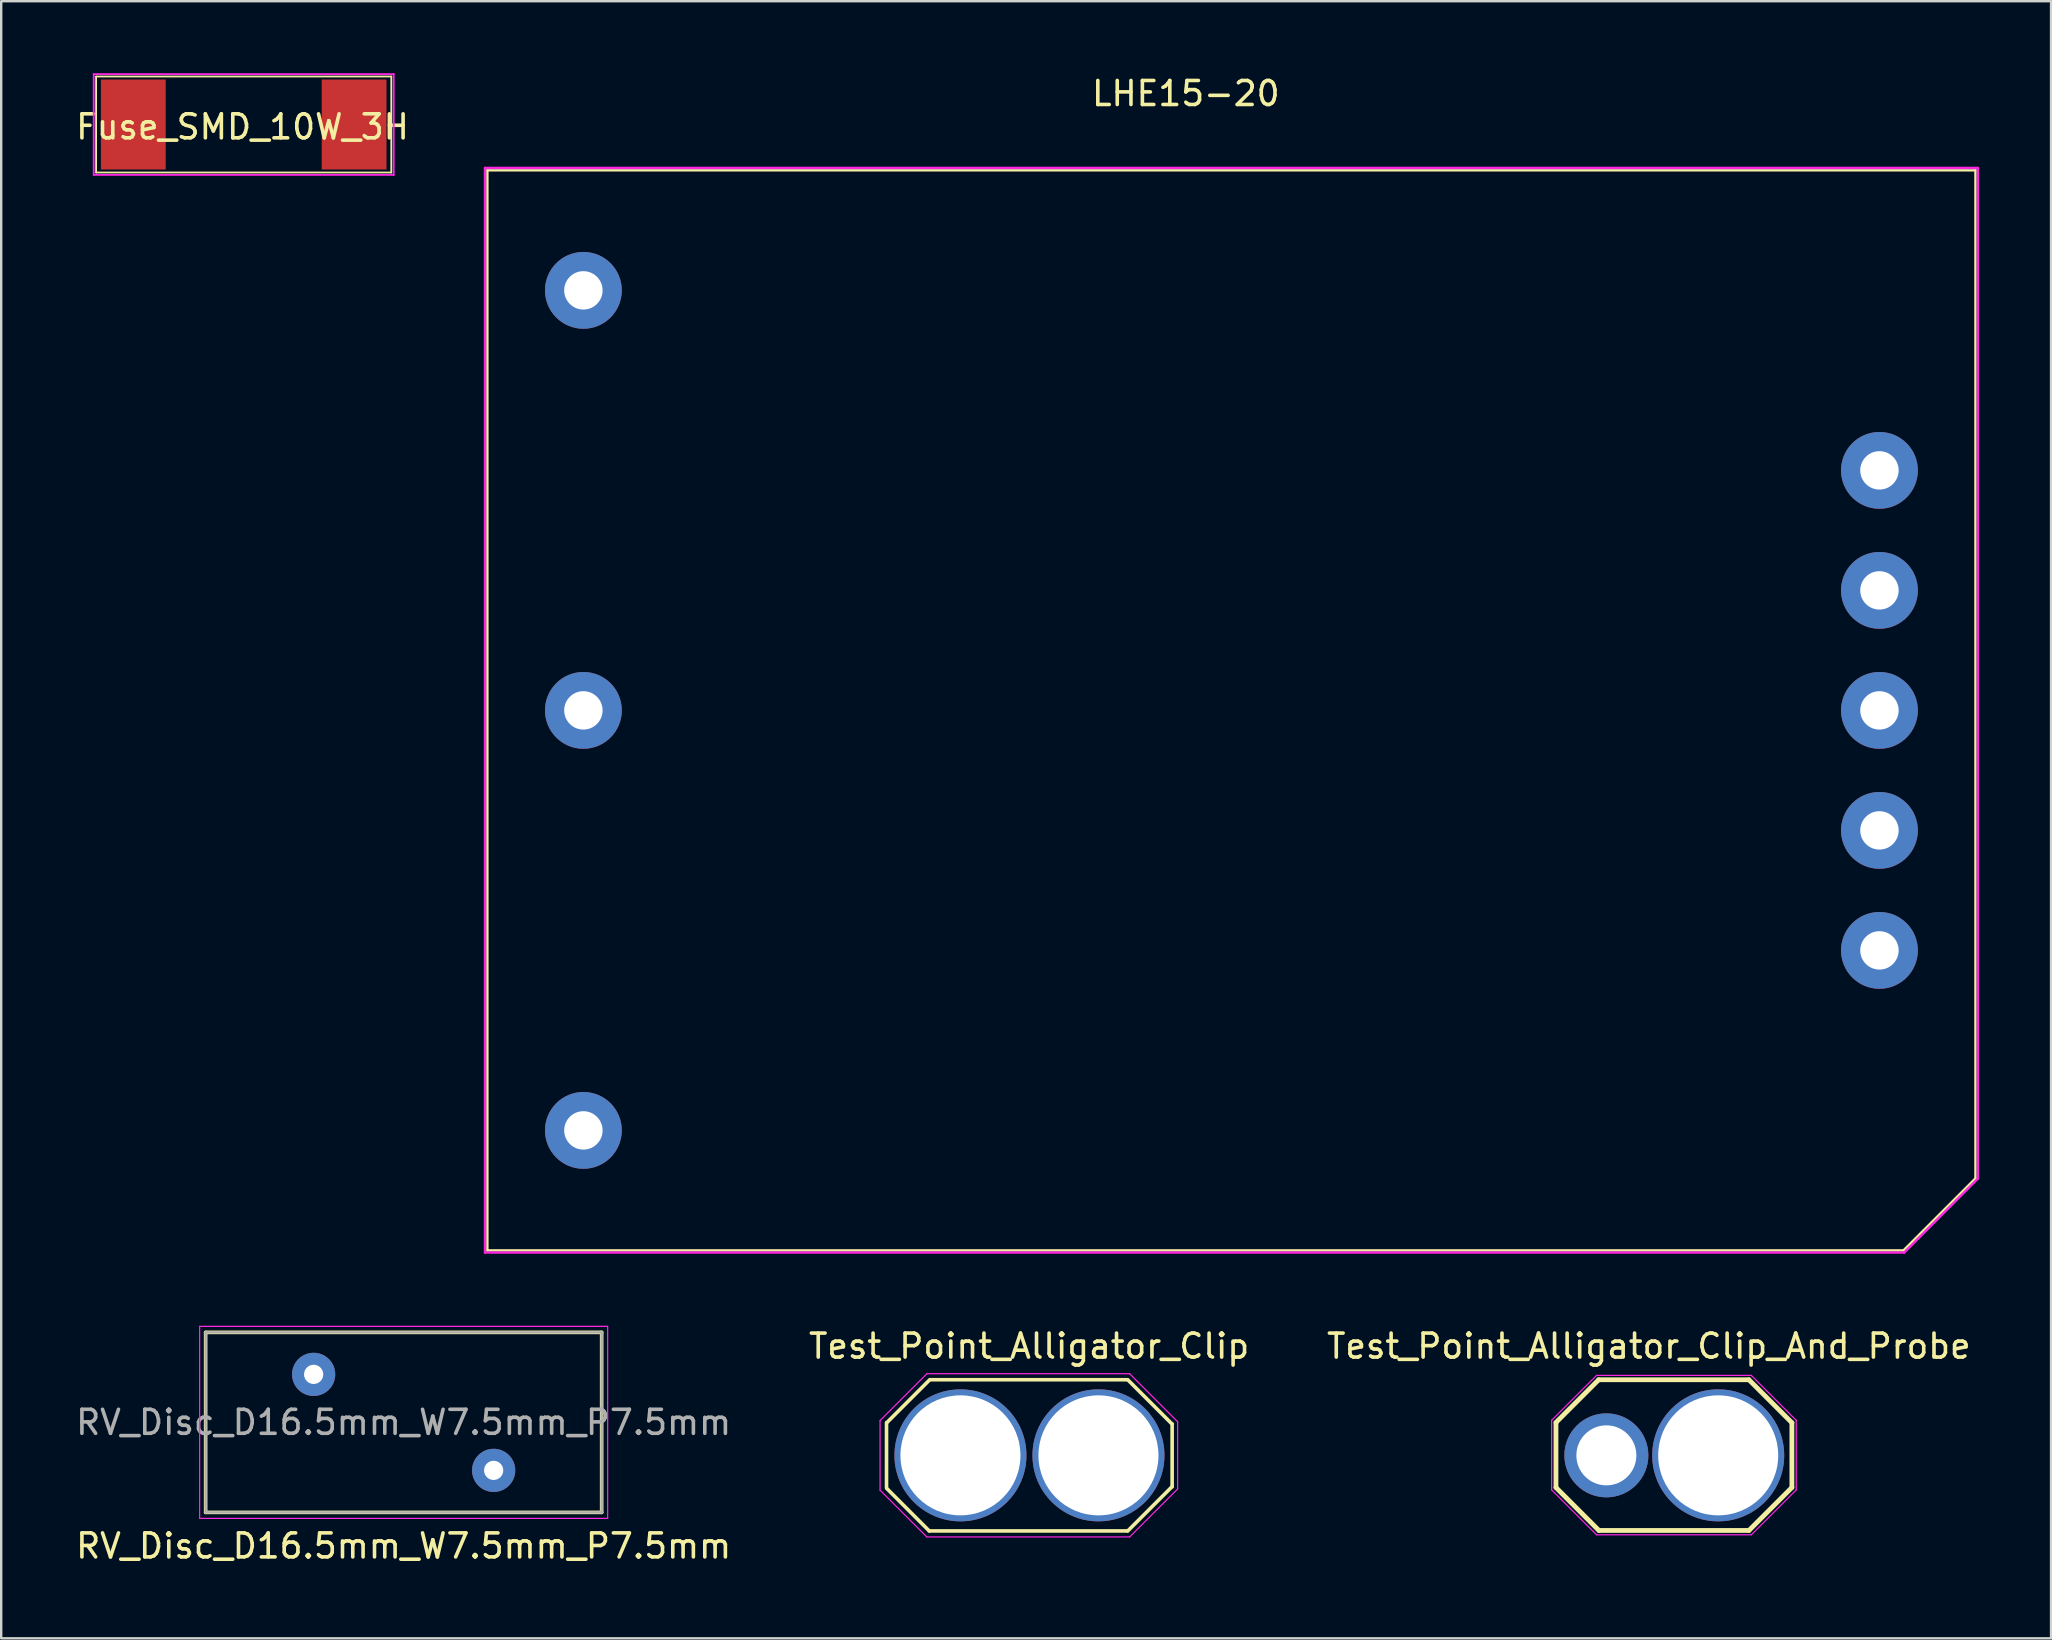
<source format=kicad_pcb>
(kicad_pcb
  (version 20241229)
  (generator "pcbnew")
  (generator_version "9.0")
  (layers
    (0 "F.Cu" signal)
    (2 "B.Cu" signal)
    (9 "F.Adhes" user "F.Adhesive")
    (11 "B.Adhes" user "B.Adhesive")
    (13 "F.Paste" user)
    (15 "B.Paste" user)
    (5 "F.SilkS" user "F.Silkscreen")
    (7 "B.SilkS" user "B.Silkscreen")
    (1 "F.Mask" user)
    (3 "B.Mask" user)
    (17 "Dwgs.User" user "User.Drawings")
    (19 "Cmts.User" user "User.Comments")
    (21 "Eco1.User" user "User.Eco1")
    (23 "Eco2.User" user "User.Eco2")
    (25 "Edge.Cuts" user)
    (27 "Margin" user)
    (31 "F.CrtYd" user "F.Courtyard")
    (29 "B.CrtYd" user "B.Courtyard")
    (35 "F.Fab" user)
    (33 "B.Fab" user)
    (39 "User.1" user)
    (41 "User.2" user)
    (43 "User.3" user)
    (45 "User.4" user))
  (footprint "Fuse_SMD_10W_3H"
    (layer "F.Cu")
    (at 7.104 2.138)
    (property "Reference" "Fuse_SMD_10W_3H" (at -0.05 0.1 0) (layer "F.SilkS") (effects (font (size 1 1) (thickness 0.15))))
    (attr through_hole)
    (fp_line (start -6.15 -2) (end 6.15 -2) (stroke (width 0.075) (type solid)) (layer "F.SilkS"))
    (fp_line (start -6.15 2) (end -6.15 -2) (stroke (width 0.075) (type solid)) (layer "F.SilkS"))
    (fp_line (start -6.15 2) (end 6.15 2) (stroke (width 0.075) (type solid)) (layer "F.SilkS"))
    (fp_line (start 6.15 -2) (end 6.15 2) (stroke (width 0.075) (type solid)) (layer "F.SilkS"))
    (fp_line (start -6.25 -2.1) (end 6.25 -2.1) (stroke (width 0.075) (type solid)) (layer "F.CrtYd"))
    (fp_line (start -6.25 2.1) (end -6.25 -2.1) (stroke (width 0.075) (type solid)) (layer "F.CrtYd"))
    (fp_line (start -6.25 2.1) (end 6.25 2.1) (stroke (width 0.075) (type solid)) (layer "F.CrtYd"))
    (fp_line (start 6.25 -2.1) (end 6.25 2.1) (stroke (width 0.075) (type solid)) (layer "F.CrtYd"))
    (pad "1" smd rect (at -4.6 0) (size 2.7 3.75) (layers "F.Cu" "F.Mask" "F.Paste"))
    (pad "2" smd rect (at 4.6 0) (size 2.7 3.75) (layers "F.Cu" "F.Mask" "F.Paste")))
  (footprint "LHE15-20"
    (layer "F.Cu")
    (at 48.257 26.548)
    (property "Reference" "LHE15-20" (at -1.9 -25.7 0) (layer "F.SilkS") (effects (font (size 1 1) (thickness 0.15))))
    (attr through_hole)
    (fp_line (start -31 -22.5) (end -31 22.5) (stroke (width 0.1) (type solid)) (layer "F.SilkS"))
    (fp_line (start -31 -22.5) (end 31 -22.5) (stroke (width 0.1) (type solid)) (layer "F.SilkS"))
    (fp_line (start -31 22.5) (end 28 22.5) (stroke (width 0.1) (type solid)) (layer "F.SilkS"))
    (fp_line (start 28 22.5) (end 31 19.5) (stroke (width 0.1) (type solid)) (layer "F.SilkS"))
    (fp_line (start 31 19.5) (end 31 -22.5) (stroke (width 0.1) (type solid)) (layer "F.SilkS"))
    (fp_line (start -31.1 -22.6) (end -31.1 22.59) (stroke (width 0.1) (type solid)) (layer "F.CrtYd"))
    (fp_line (start -31.1 -22.6) (end 31.1 -22.6) (stroke (width 0.1) (type solid)) (layer "F.CrtYd"))
    (fp_line (start 28.03 22.59) (end -31.1 22.59) (stroke (width 0.1) (type solid)) (layer "F.CrtYd"))
    (fp_line (start 31.1 19.51) (end 28.03 22.59) (stroke (width 0.1) (type solid)) (layer "F.CrtYd"))
    (fp_line (start 31.1 19.51) (end 31.1 -22.6) (stroke (width 0.1) (type solid)) (layer "F.CrtYd"))
    (pad "1" thru_hole circle (at -27 -17.5) (size 3.2 3.2) (drill 1.6) (layers "*.Cu" "*.Mask"))
    (pad "2" thru_hole circle (at -27 0) (size 3.2 3.2) (drill 1.6) (layers "*.Cu" "*.Mask"))
    (pad "3" thru_hole circle (at -27 17.5) (size 3.2 3.2) (drill 1.6) (layers "*.Cu" "*.Mask"))
    (pad "4" thru_hole circle (at 27 10) (size 3.2 3.2) (drill 1.6) (layers "*.Cu" "*.Mask"))
    (pad "5" thru_hole circle (at 27 5) (size 3.2 3.2) (drill 1.6) (layers "*.Cu" "*.Mask"))
    (pad "6" thru_hole circle (at 27 0) (size 3.2 3.2) (drill 1.6) (layers "*.Cu" "*.Mask"))
    (pad "7" thru_hole circle (at 27 -5) (size 3.2 3.2) (drill 1.6) (layers "*.Cu" "*.Mask"))
    (pad "8" thru_hole circle (at 27 -10) (size 3.2 3.2) (drill 1.6) (layers "*.Cu" "*.Mask")))
  (footprint "Test_Point_Alligator_Clip_And_Probe"
    (layer "F.Cu")
    (at 65.659 57.577)
    (property "Reference" "Test_Point_Alligator_Clip_And_Probe" (at -0.01 -4.54 0) (layer "F.SilkS") (effects (font (size 1 1) (thickness 0.15))))
    (attr through_hole)
    (fp_line (start -3.88 -1.36) (end -2.1 -3.14) (stroke (width 0.2) (type solid)) (layer "F.SilkS"))
    (fp_line (start -3.88 1.35) (end -3.88 -1.35) (stroke (width 0.2) (type solid)) (layer "F.SilkS"))
    (fp_line (start -2.1 -3.14) (end 4.16 -3.14) (stroke (width 0.2) (type solid)) (layer "F.SilkS"))
    (fp_line (start -2.09 3.14) (end -3.88 1.35) (stroke (width 0.2) (type solid)) (layer "F.SilkS"))
    (fp_line (start 4.16 -3.14) (end 5.95 -1.35) (stroke (width 0.2) (type solid)) (layer "F.SilkS"))
    (fp_line (start 4.16 3.14) (end -2.09 3.14) (stroke (width 0.2) (type solid)) (layer "F.SilkS"))
    (fp_line (start 5.95 -1.35) (end 5.95 1.35) (stroke (width 0.2) (type solid)) (layer "F.SilkS"))
    (fp_line (start 5.95 1.35) (end 4.16 3.14) (stroke (width 0.2) (type solid)) (layer "F.SilkS"))
    (fp_line (start -4.06 -1.45) (end -4.06 1.45) (stroke (width 0.05) (type solid)) (layer "F.CrtYd"))
    (fp_line (start -4.06 1.45) (end -2.19 3.32) (stroke (width 0.05) (type solid)) (layer "F.CrtYd"))
    (fp_line (start -2.19 -3.32) (end -4.06 -1.45) (stroke (width 0.05) (type solid)) (layer "F.CrtYd"))
    (fp_line (start -2.19 3.32) (end 4.26 3.32) (stroke (width 0.05) (type solid)) (layer "F.CrtYd"))
    (fp_line (start 4.26 -3.32) (end -2.19 -3.32) (stroke (width 0.05) (type solid)) (layer "F.CrtYd"))
    (fp_line (start 4.26 3.32) (end 6.13 1.45) (stroke (width 0.05) (type solid)) (layer "F.CrtYd"))
    (fp_line (start 6.13 -1.45) (end 4.26 -3.32) (stroke (width 0.05) (type solid)) (layer "F.CrtYd"))
    (fp_line (start 6.13 1.45) (end 6.13 -1.45) (stroke (width 0.05) (type solid)) (layer "F.CrtYd"))
    (pad "1" thru_hole circle (at -1.78 0.01) (size 3.5 3.5) (drill 2.5) (layers "*.Cu" "*.Mask"))
    (pad "1" thru_hole circle (at 2.88 0.01) (size 5.5 5.5) (drill 5) (layers "*.Cu" "*.Mask")))
  (footprint "RV_Disc_D16.5mm_W7.5mm_P7.5mm"
    (layer "F.Cu")
    (at 13.768 56.213)
    (property "Reference" "RV_Disc_D16.5mm_W7.5mm_P7.5mm" (at 0 5.15 0) (layer "F.SilkS") (effects (font (size 1 1) (thickness 0.15))))
    (attr through_hole)
    (fp_line (start -8.25 -3.75) (end -8.25 3.75) (stroke (width 0.15) (type solid)) (layer "F.SilkS"))
    (fp_line (start -8.25 -3.75) (end 8.25 -3.75) (stroke (width 0.15) (type solid)) (layer "F.SilkS"))
    (fp_line (start -8.25 3.75) (end 8.25 3.75) (stroke (width 0.15) (type solid)) (layer "F.SilkS"))
    (fp_line (start 8.25 -3.75) (end 8.25 3.75) (stroke (width 0.15) (type solid)) (layer "F.SilkS"))
    (fp_line (start -8.5 -4) (end -8.5 4) (stroke (width 0.05) (type solid)) (layer "F.CrtYd"))
    (fp_line (start -8.5 -4) (end 8.5 -4) (stroke (width 0.05) (type solid)) (layer "F.CrtYd"))
    (fp_line (start -8.5 4) (end 8.5 4) (stroke (width 0.05) (type solid)) (layer "F.CrtYd"))
    (fp_line (start 8.5 -4) (end 8.5 4) (stroke (width 0.05) (type solid)) (layer "F.CrtYd"))
    (fp_line (start -8.25 -3.75) (end -8.25 3.75) (stroke (width 0.1) (type solid)) (layer "F.Fab"))
    (fp_line (start -8.25 -3.75) (end 8.25 -3.75) (stroke (width 0.1) (type solid)) (layer "F.Fab"))
    (fp_line (start -8.25 3.75) (end 8.25 3.75) (stroke (width 0.1) (type solid)) (layer "F.Fab"))
    (fp_line (start 8.25 -3.75) (end 8.25 3.75) (stroke (width 0.1) (type solid)) (layer "F.Fab"))
    (fp_text user "${REFERENCE}" (at 0 0 0) (layer "F.Fab") (effects (font (size 1 1) (thickness 0.15))))
    (pad "1" thru_hole circle (at -3.75 -2) (size 1.8 1.8) (drill 0.8) (layers "*.Cu" "*.Mask"))
    (pad "2" thru_hole circle (at 3.75 2) (size 1.8 1.8) (drill 0.8) (layers "*.Cu" "*.Mask")))
  (footprint "Test_Point_Alligator_Clip"
    (layer "F.Cu")
    (at 39.837 57.577)
    (property "Reference" "Test_Point_Alligator_Clip" (at -0.01 -4.54 0) (layer "F.SilkS") (effects (font (size 1 1) (thickness 0.15))))
    (attr through_hole)
    (fp_line (start -5.95 1.37) (end -5.95 -1.35) (stroke (width 0.15) (type solid)) (layer "F.SilkS"))
    (fp_line (start -5.935 -1.355) (end -4.15 -3.14) (stroke (width 0.15) (type solid)) (layer "F.SilkS"))
    (fp_line (start -4.17 3.16) (end -5.923 1.407) (stroke (width 0.15) (type solid)) (layer "F.SilkS"))
    (fp_line (start -4.12 -3.14) (end 4.082 -3.14) (stroke (width 0.15) (type solid)) (layer "F.SilkS"))
    (fp_line (start 4.08 3.16) (end -4.17 3.16) (stroke (width 0.15) (type solid)) (layer "F.SilkS"))
    (fp_line (start 4.1 -3.14) (end 5.946 -1.294) (stroke (width 0.15) (type solid)) (layer "F.SilkS"))
    (fp_line (start 5.943 1.317) (end 4.1 3.16) (stroke (width 0.15) (type solid)) (layer "F.SilkS"))
    (fp_line (start 5.95 -1.3) (end 5.95 1.32) (stroke (width 0.15) (type solid)) (layer "F.SilkS"))
    (fp_line (start -6.22 -1.44) (end -6.22 1.461) (stroke (width 0.05) (type solid)) (layer "F.CrtYd"))
    (fp_line (start -6.22 1.46) (end -4.27 3.41) (stroke (width 0.05) (type solid)) (layer "F.CrtYd"))
    (fp_line (start -4.27 -3.39) (end -6.221 -1.439) (stroke (width 0.05) (type solid)) (layer "F.CrtYd"))
    (fp_line (start -4.27 3.41) (end 4.18 3.41) (stroke (width 0.05) (type solid)) (layer "F.CrtYd"))
    (fp_line (start 4.18 -3.39) (end -4.27 -3.39) (stroke (width 0.05) (type solid)) (layer "F.CrtYd"))
    (fp_line (start 4.18 3.41) (end 6.18 1.41) (stroke (width 0.05) (type solid)) (layer "F.CrtYd"))
    (fp_line (start 6.18 -1.39) (end 4.18 -3.39) (stroke (width 0.05) (type solid)) (layer "F.CrtYd"))
    (fp_line (start 6.18 1.41) (end 6.18 -1.39) (stroke (width 0.05) (type solid)) (layer "F.CrtYd"))
    (pad "1" thru_hole circle (at -2.87 0.01) (size 5.5 5.5) (drill 5) (layers "*.Cu" "*.Mask"))
    (pad "1" thru_hole circle (at 2.88 0.01) (size 5.5 5.5) (drill 5) (layers "*.Cu" "*.Mask")))
  (gr_rect
    (start -3 -3)
    (end 82.407 65.212)
    (stroke (width 0.1) (type default))
    (fill no)
    (layer "Edge.Cuts")))
</source>
